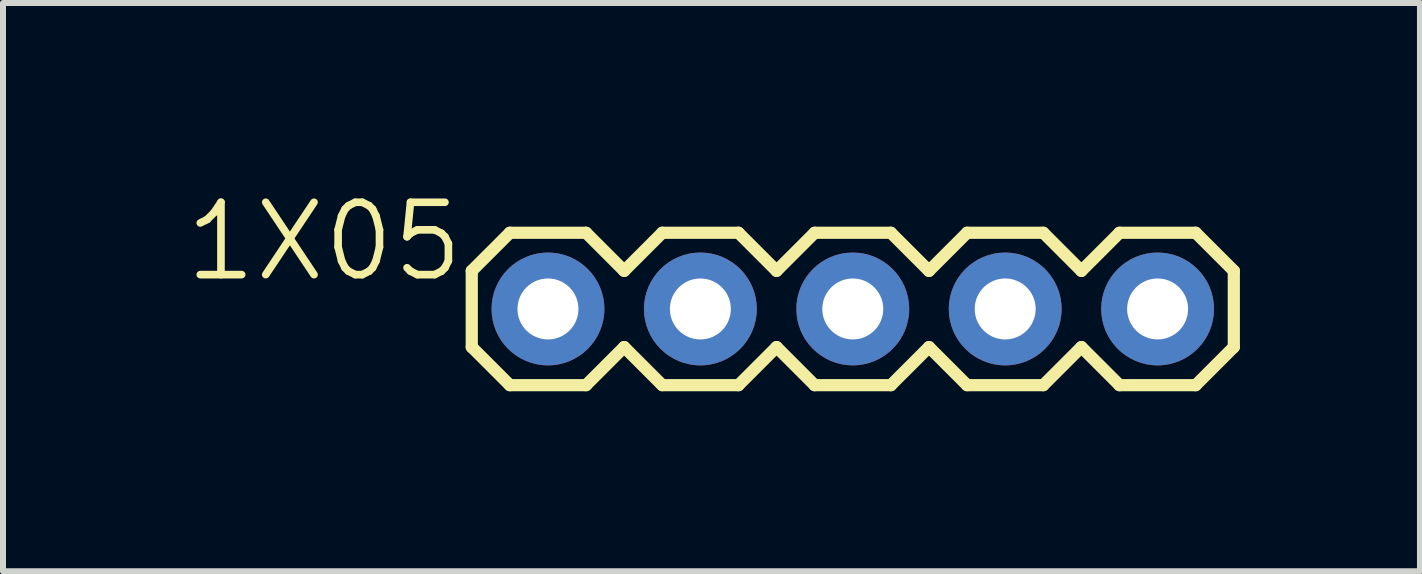
<source format=kicad_pcb>
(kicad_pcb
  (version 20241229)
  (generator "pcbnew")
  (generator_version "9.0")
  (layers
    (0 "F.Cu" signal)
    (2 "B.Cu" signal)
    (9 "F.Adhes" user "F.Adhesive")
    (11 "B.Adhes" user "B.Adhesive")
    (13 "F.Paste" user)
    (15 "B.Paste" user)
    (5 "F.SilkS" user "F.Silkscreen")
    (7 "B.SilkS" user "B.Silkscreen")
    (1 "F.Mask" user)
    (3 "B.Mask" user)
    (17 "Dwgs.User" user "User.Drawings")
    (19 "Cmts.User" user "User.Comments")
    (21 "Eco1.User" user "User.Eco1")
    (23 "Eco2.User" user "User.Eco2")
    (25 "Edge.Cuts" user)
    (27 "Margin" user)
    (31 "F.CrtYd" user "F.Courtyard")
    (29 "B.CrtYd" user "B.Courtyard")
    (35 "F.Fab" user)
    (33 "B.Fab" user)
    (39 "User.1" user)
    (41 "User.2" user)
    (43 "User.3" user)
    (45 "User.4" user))
  (footprint "1X05"
    (layer "F.Cu")
    (at 6.082 2.099)
    (property "Reference" "1X05" (at -1.346 -1.829 0) (layer "F.SilkS") (effects (font (size 1.206 1.206) (thickness 0.127)) (justify right top)))
    (attr through_hole)
    (fp_line (start -1.27 -0.635) (end -1.27 0.635) (stroke (width 0.203) (type solid)) (layer "F.SilkS"))
    (fp_line (start -1.27 0.635) (end -0.635 1.27) (stroke (width 0.203) (type solid)) (layer "F.SilkS"))
    (fp_line (start -0.635 -1.27) (end -1.27 -0.635) (stroke (width 0.203) (type solid)) (layer "F.SilkS"))
    (fp_line (start -0.635 -1.27) (end 0.635 -1.27) (stroke (width 0.203) (type solid)) (layer "F.SilkS"))
    (fp_line (start 0.635 -1.27) (end 1.27 -0.635) (stroke (width 0.203) (type solid)) (layer "F.SilkS"))
    (fp_line (start 0.635 1.27) (end -0.635 1.27) (stroke (width 0.203) (type solid)) (layer "F.SilkS"))
    (fp_line (start 1.27 -0.635) (end 1.905 -1.27) (stroke (width 0.203) (type solid)) (layer "F.SilkS"))
    (fp_line (start 1.27 0.635) (end 0.635 1.27) (stroke (width 0.203) (type solid)) (layer "F.SilkS"))
    (fp_line (start 1.905 -1.27) (end 3.175 -1.27) (stroke (width 0.203) (type solid)) (layer "F.SilkS"))
    (fp_line (start 1.905 1.27) (end 1.27 0.635) (stroke (width 0.203) (type solid)) (layer "F.SilkS"))
    (fp_line (start 3.175 -1.27) (end 3.81 -0.635) (stroke (width 0.203) (type solid)) (layer "F.SilkS"))
    (fp_line (start 3.175 1.27) (end 1.905 1.27) (stroke (width 0.203) (type solid)) (layer "F.SilkS"))
    (fp_line (start 3.81 -0.635) (end 4.445 -1.27) (stroke (width 0.203) (type solid)) (layer "F.SilkS"))
    (fp_line (start 3.81 0.635) (end 3.175 1.27) (stroke (width 0.203) (type solid)) (layer "F.SilkS"))
    (fp_line (start 4.445 -1.27) (end 5.715 -1.27) (stroke (width 0.203) (type solid)) (layer "F.SilkS"))
    (fp_line (start 4.445 1.27) (end 3.81 0.635) (stroke (width 0.203) (type solid)) (layer "F.SilkS"))
    (fp_line (start 5.715 -1.27) (end 6.35 -0.635) (stroke (width 0.203) (type solid)) (layer "F.SilkS"))
    (fp_line (start 5.715 1.27) (end 4.445 1.27) (stroke (width 0.203) (type solid)) (layer "F.SilkS"))
    (fp_line (start 6.35 0.635) (end 5.715 1.27) (stroke (width 0.203) (type solid)) (layer "F.SilkS"))
    (fp_line (start 6.35 0.635) (end 6.985 1.27) (stroke (width 0.203) (type solid)) (layer "F.SilkS"))
    (fp_line (start 6.985 -1.27) (end 6.35 -0.635) (stroke (width 0.203) (type solid)) (layer "F.SilkS"))
    (fp_line (start 6.985 -1.27) (end 8.255 -1.27) (stroke (width 0.203) (type solid)) (layer "F.SilkS"))
    (fp_line (start 8.255 -1.27) (end 8.89 -0.635) (stroke (width 0.203) (type solid)) (layer "F.SilkS"))
    (fp_line (start 8.255 1.27) (end 6.985 1.27) (stroke (width 0.203) (type solid)) (layer "F.SilkS"))
    (fp_line (start 8.89 -0.635) (end 9.525 -1.27) (stroke (width 0.203) (type solid)) (layer "F.SilkS"))
    (fp_line (start 8.89 0.635) (end 8.255 1.27) (stroke (width 0.203) (type solid)) (layer "F.SilkS"))
    (fp_line (start 9.525 -1.27) (end 10.795 -1.27) (stroke (width 0.203) (type solid)) (layer "F.SilkS"))
    (fp_line (start 9.525 1.27) (end 8.89 0.635) (stroke (width 0.203) (type solid)) (layer "F.SilkS"))
    (fp_line (start 10.795 -1.27) (end 11.43 -0.635) (stroke (width 0.203) (type solid)) (layer "F.SilkS"))
    (fp_line (start 10.795 1.27) (end 9.525 1.27) (stroke (width 0.203) (type solid)) (layer "F.SilkS"))
    (fp_line (start 11.43 -0.635) (end 11.43 0.635) (stroke (width 0.203) (type solid)) (layer "F.SilkS"))
    (fp_line (start 11.43 0.635) (end 10.795 1.27) (stroke (width 0.203) (type solid)) (layer "F.SilkS"))
    (fp_poly (pts (xy -0.254 0.254) (xy 0.254 0.254) (xy 0.254 -0.254) (xy -0.254 -0.254)) (stroke (width 0.1) (type solid)) (fill no) (layer "F.Fab"))
    (fp_poly (pts (xy 2.286 0.254) (xy 2.794 0.254) (xy 2.794 -0.254) (xy 2.286 -0.254)) (stroke (width 0.1) (type solid)) (fill no) (layer "F.Fab"))
    (fp_poly (pts (xy 4.826 0.254) (xy 5.334 0.254) (xy 5.334 -0.254) (xy 4.826 -0.254)) (stroke (width 0.1) (type solid)) (fill no) (layer "F.Fab"))
    (fp_poly (pts (xy 7.366 0.254) (xy 7.874 0.254) (xy 7.874 -0.254) (xy 7.366 -0.254)) (stroke (width 0.1) (type solid)) (fill no) (layer "F.Fab"))
    (fp_poly (pts (xy 9.906 0.254) (xy 10.414 0.254) (xy 10.414 -0.254) (xy 9.906 -0.254)) (stroke (width 0.1) (type solid)) (fill no) (layer "F.Fab"))
    (pad "1" thru_hole circle (at 0 0 90) (size 1.88 1.88) (drill 1.016) (layers "*.Cu" "*.Mask"))
    (pad "2" thru_hole circle (at 2.54 0 90) (size 1.88 1.88) (drill 1.016) (layers "*.Cu" "*.Mask"))
    (pad "3" thru_hole circle (at 5.08 0 90) (size 1.88 1.88) (drill 1.016) (layers "*.Cu" "*.Mask"))
    (pad "4" thru_hole circle (at 7.62 0 90) (size 1.88 1.88) (drill 1.016) (layers "*.Cu" "*.Mask"))
    (pad "5" thru_hole circle (at 10.16 0 90) (size 1.88 1.88) (drill 1.016) (layers "*.Cu" "*.Mask")))
  (gr_rect
    (start -3 -3)
    (end 20.614 6.47)
    (stroke (width 0.1) (type default))
    (fill no)
    (layer "Edge.Cuts")))
</source>
